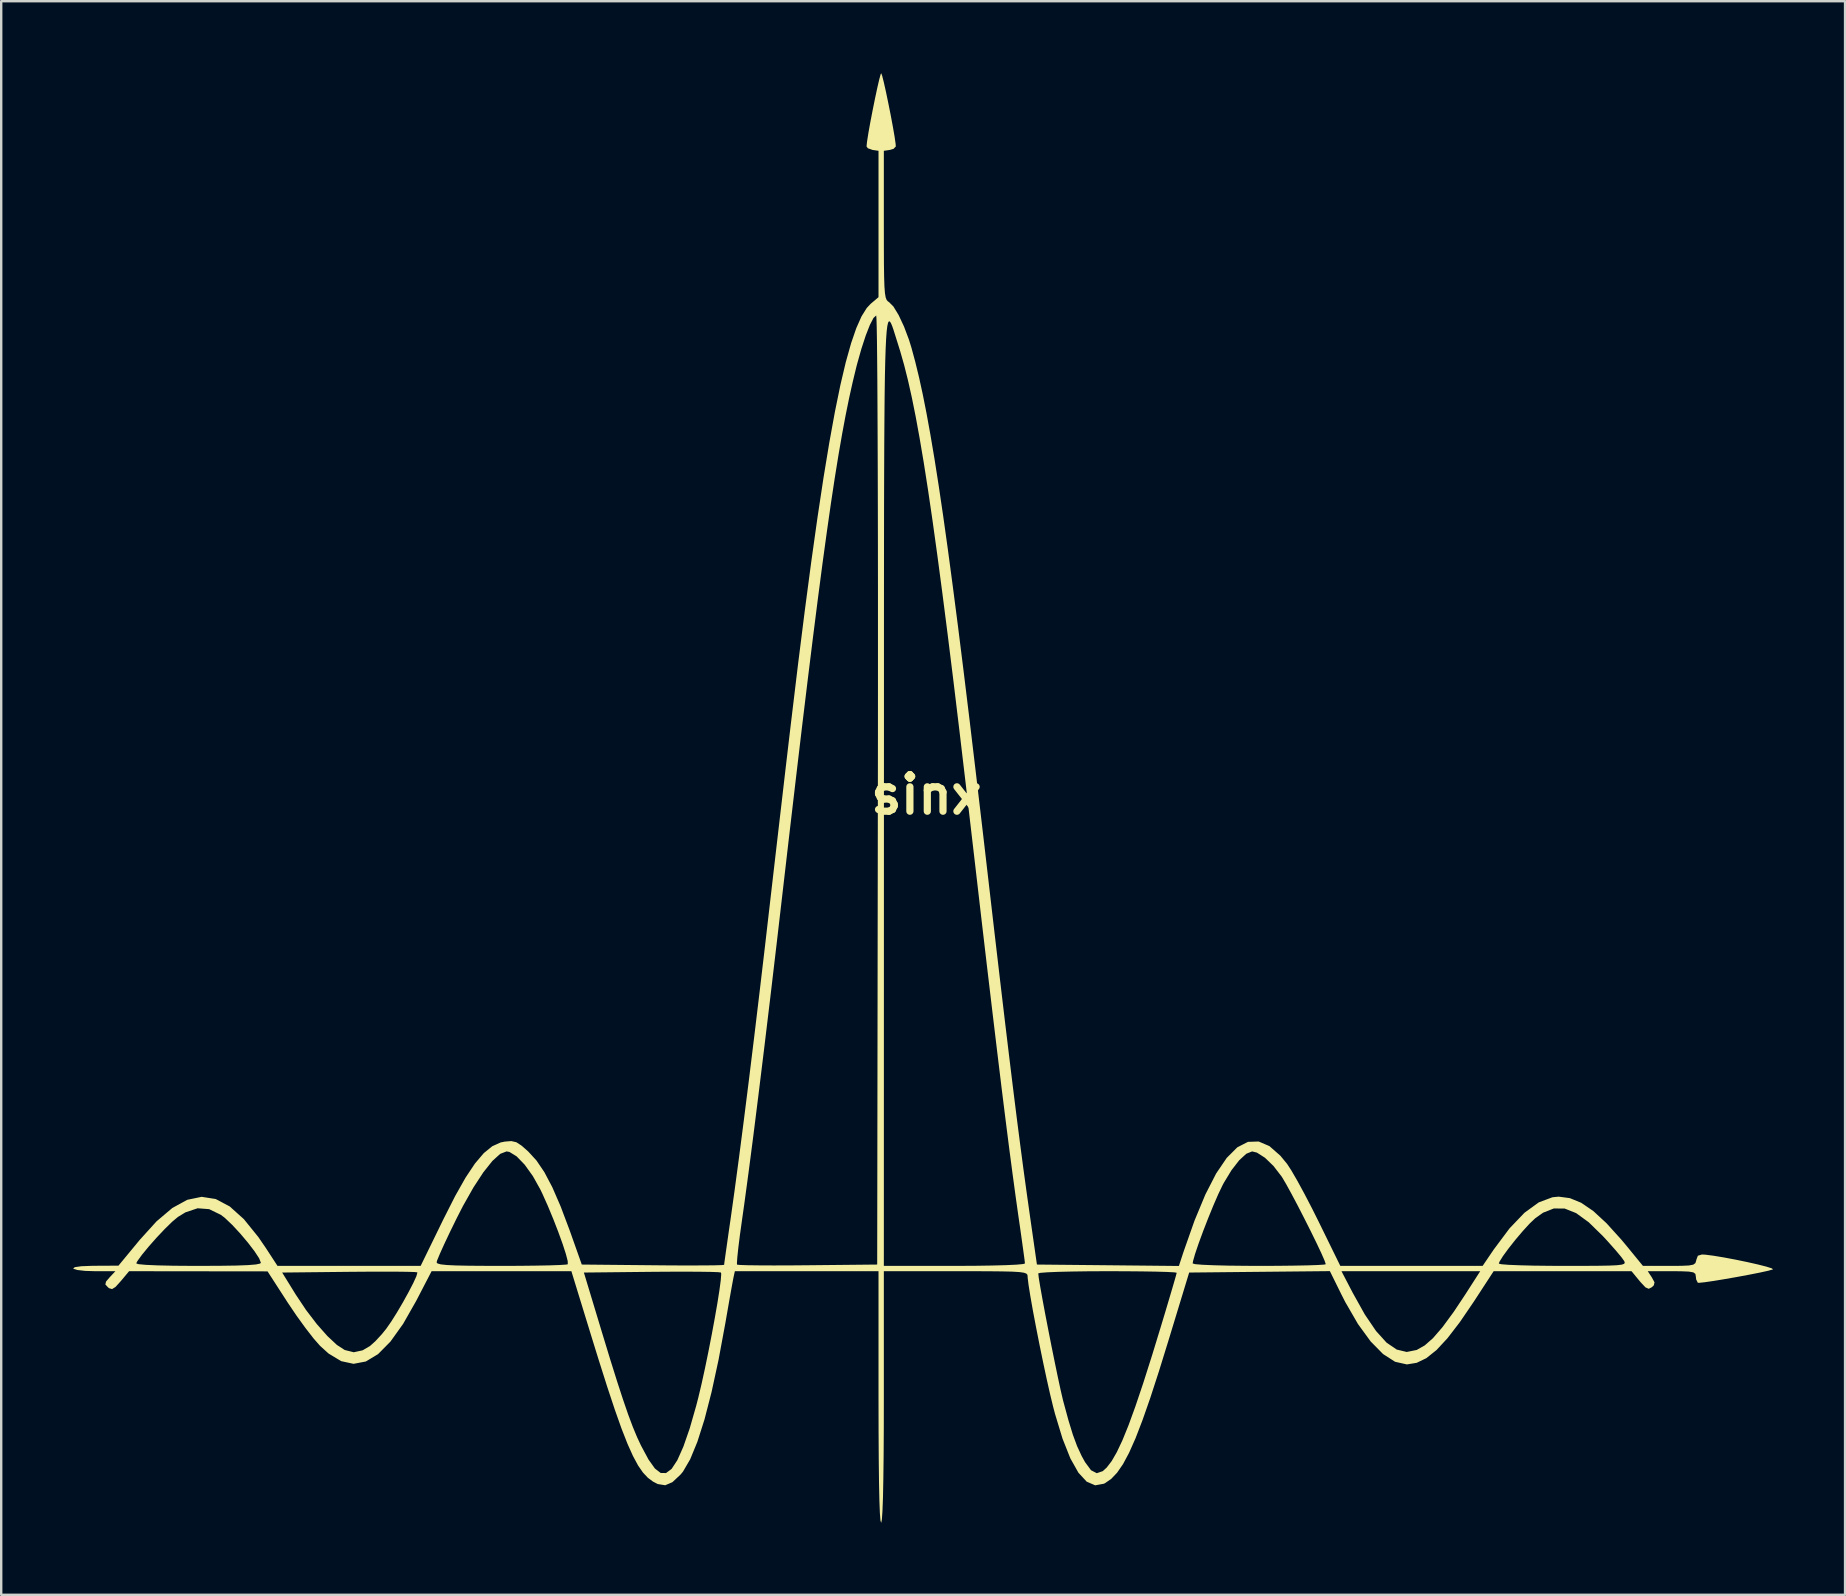
<source format=kicad_pcb>
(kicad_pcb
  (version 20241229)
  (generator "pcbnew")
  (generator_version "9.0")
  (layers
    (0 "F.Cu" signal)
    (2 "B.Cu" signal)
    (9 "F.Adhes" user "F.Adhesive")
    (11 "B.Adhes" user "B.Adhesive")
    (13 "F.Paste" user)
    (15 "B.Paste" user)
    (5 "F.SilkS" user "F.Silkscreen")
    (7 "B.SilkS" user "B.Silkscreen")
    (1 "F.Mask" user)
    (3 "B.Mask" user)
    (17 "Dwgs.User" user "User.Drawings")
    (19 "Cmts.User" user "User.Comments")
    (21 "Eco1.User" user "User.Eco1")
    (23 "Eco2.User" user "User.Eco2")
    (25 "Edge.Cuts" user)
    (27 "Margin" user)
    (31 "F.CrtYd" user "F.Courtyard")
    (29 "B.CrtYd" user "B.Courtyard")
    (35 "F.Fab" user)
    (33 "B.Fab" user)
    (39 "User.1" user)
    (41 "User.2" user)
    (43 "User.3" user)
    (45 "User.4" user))
  (footprint "sinx"
    (layer "F.Cu")
    (at 35.549 30.059)
    (property "Reference" "sinx" (at 0 0 0) (layer "F.SilkS") (effects (font (size 1.524 1.524) (thickness 0.3))))
    (attr through_hole)
    (fp_poly (pts (xy -1.846 -29.957) (xy -1.777 -29.685) (xy -1.688 -29.289) (xy -1.59 -28.817) (xy -1.49 -28.317) (xy -1.4 -27.836) (xy -1.328 -27.422) (xy -1.285 -27.121) (xy -1.276 -27.008) (xy -1.37 -26.908) (xy -1.525 -26.862) (xy -1.775 -26.826) (xy -1.775 -23.732) (xy -1.774 -22.822) (xy -1.771 -22.108) (xy -1.763 -21.566) (xy -1.75 -21.171) (xy -1.729 -20.897) (xy -1.699 -20.719) (xy -1.658 -20.612) (xy -1.605 -20.552) (xy -1.561 -20.524) (xy -1.375 -20.337) (xy -1.158 -19.981) (xy -0.934 -19.502) (xy -0.726 -18.949) (xy -0.625 -18.622) (xy -0.468 -18.042) (xy -0.311 -17.399) (xy -0.154 -16.681) (xy 0.005 -15.879) (xy 0.168 -14.982) (xy 0.337 -13.979) (xy 0.513 -12.86) (xy 0.697 -11.613) (xy 0.891 -10.229) (xy 1.096 -8.697) (xy 1.315 -7.007) (xy 1.548 -5.146) (xy 1.797 -3.106) (xy 2.063 -0.875) (xy 2.349 1.557) (xy 2.606 3.771) (xy 2.844 5.823) (xy 3.061 7.674) (xy 3.258 9.341) (xy 3.439 10.845) (xy 3.605 12.204) (xy 3.759 13.437) (xy 3.904 14.563) (xy 4.041 15.601) (xy 4.174 16.569) (xy 4.301 17.469) (xy 4.603 19.577) (xy 7.561 19.606) (xy 10.518 19.636) (xy 10.552 19.532) (xy 11.092 19.532) (xy 11.198 19.561) (xy 11.5 19.586) (xy 11.97 19.606) (xy 12.583 19.622) (xy 13.31 19.63) (xy 13.865 19.632) (xy 14.623 19.63) (xy 15.302 19.622) (xy 15.872 19.611) (xy 16.304 19.596) (xy 16.567 19.579) (xy 16.638 19.563) (xy 16.588 19.414) (xy 16.455 19.108) (xy 16.256 18.687) (xy 16.012 18.189) (xy 15.743 17.655) (xy 15.47 17.123) (xy 15.211 16.634) (xy 14.988 16.228) (xy 14.82 15.943) (xy 14.799 15.911) (xy 14.46 15.471) (xy 14.102 15.126) (xy 13.769 14.913) (xy 13.568 14.863) (xy 13.326 14.961) (xy 13.03 15.233) (xy 12.708 15.648) (xy 12.389 16.174) (xy 12.335 16.276) (xy 12.159 16.644) (xy 11.953 17.118) (xy 11.736 17.651) (xy 11.524 18.196) (xy 11.337 18.706) (xy 11.192 19.135) (xy 11.107 19.434) (xy 11.092 19.532) (xy 10.552 19.532) (xy 10.709 19.052) (xy 11.17 17.744) (xy 11.622 16.656) (xy 12.069 15.785) (xy 12.512 15.132) (xy 12.953 14.692) (xy 13.396 14.465) (xy 13.841 14.45) (xy 14.291 14.643) (xy 14.747 15.044) (xy 15.028 15.386) (xy 15.206 15.66) (xy 15.455 16.09) (xy 15.75 16.632) (xy 16.067 17.242) (xy 16.333 17.774) (xy 17.243 19.632) (xy 23.173 19.632) (xy 23.237 19.538) (xy 23.847 19.538) (xy 23.953 19.564) (xy 24.25 19.588) (xy 24.709 19.607) (xy 25.299 19.622) (xy 25.989 19.63) (xy 26.513 19.632) (xy 27.348 19.632) (xy 27.986 19.628) (xy 28.452 19.62) (xy 28.771 19.605) (xy 28.968 19.581) (xy 29.068 19.547) (xy 29.095 19.5) (xy 29.075 19.438) (xy 29.069 19.427) (xy 28.949 19.261) (xy 28.714 18.98) (xy 28.403 18.63) (xy 28.186 18.394) (xy 27.593 17.815) (xy 27.069 17.434) (xy 26.592 17.244) (xy 26.14 17.24) (xy 25.692 17.416) (xy 25.363 17.65) (xy 25.132 17.869) (xy 24.845 18.183) (xy 24.539 18.544) (xy 24.251 18.908) (xy 24.017 19.229) (xy 23.874 19.46) (xy 23.847 19.538) (xy 23.237 19.538) (xy 23.644 18.939) (xy 24.295 18.068) (xy 24.918 17.417) (xy 25.513 16.986) (xy 26.082 16.773) (xy 26.342 16.748) (xy 26.808 16.81) (xy 27.281 17.004) (xy 27.782 17.346) (xy 28.331 17.852) (xy 28.95 18.536) (xy 29.194 18.828) (xy 29.851 19.632) (xy 30.945 19.632) (xy 31.446 19.63) (xy 31.766 19.616) (xy 31.949 19.581) (xy 32.037 19.516) (xy 32.071 19.411) (xy 32.075 19.383) (xy 32.14 19.209) (xy 32.311 19.158) (xy 32.457 19.166) (xy 32.805 19.211) (xy 33.242 19.284) (xy 33.724 19.375) (xy 34.206 19.475) (xy 34.646 19.575) (xy 35 19.665) (xy 35.223 19.736) (xy 35.273 19.778) (xy 35.272 19.778) (xy 35.075 19.834) (xy 34.726 19.911) (xy 34.276 20) (xy 33.771 20.094) (xy 33.262 20.183) (xy 32.796 20.26) (xy 32.422 20.314) (xy 32.189 20.338) (xy 32.138 20.335) (xy 32.069 20.196) (xy 32.055 20.069) (xy 32.037 19.967) (xy 31.954 19.904) (xy 31.765 19.87) (xy 31.428 19.856) (xy 31.054 19.854) (xy 30.053 19.854) (xy 30.225 20.116) (xy 30.334 20.317) (xy 30.306 20.442) (xy 30.222 20.522) (xy 30.095 20.587) (xy 29.959 20.529) (xy 29.762 20.32) (xy 29.712 20.261) (xy 29.377 19.854) (xy 23.632 19.854) (xy 22.811 21.114) (xy 22.226 21.973) (xy 21.711 22.643) (xy 21.251 23.139) (xy 20.828 23.477) (xy 20.426 23.671) (xy 20.029 23.736) (xy 20.007 23.736) (xy 19.527 23.628) (xy 19.025 23.306) (xy 18.507 22.78) (xy 17.98 22.056) (xy 17.451 21.142) (xy 17.289 20.823) (xy 16.81 19.854) (xy 17.292 19.854) (xy 17.762 20.757) (xy 18.264 21.656) (xy 18.731 22.345) (xy 19.171 22.831) (xy 19.594 23.119) (xy 20.01 23.219) (xy 20.427 23.135) (xy 20.759 22.947) (xy 21.103 22.645) (xy 21.502 22.183) (xy 21.969 21.547) (xy 22.449 20.825) (xy 23.072 19.854) (xy 17.292 19.854) (xy 16.81 19.854) (xy 16.808 19.851) (xy 13.877 19.88) (xy 10.946 19.91) (xy 10.088 22.728) (xy 9.684 24.032) (xy 9.325 25.136) (xy 9.003 26.057) (xy 8.712 26.813) (xy 8.443 27.419) (xy 8.189 27.893) (xy 7.943 28.25) (xy 7.697 28.508) (xy 7.444 28.683) (xy 7.395 28.708) (xy 7.03 28.775) (xy 6.676 28.622) (xy 6.331 28.248) (xy 5.996 27.652) (xy 5.671 26.834) (xy 5.356 25.796) (xy 5.281 25.511) (xy 5.153 24.982) (xy 5.009 24.344) (xy 4.858 23.636) (xy 4.707 22.899) (xy 4.563 22.169) (xy 4.434 21.488) (xy 4.329 20.893) (xy 4.254 20.424) (xy 4.217 20.12) (xy 4.215 20.065) (xy 4.206 20.002) (xy 4.161 19.953) (xy 4.137 19.944) (xy 4.659 19.944) (xy 4.68 20.131) (xy 4.74 20.496) (xy 4.83 21.001) (xy 4.943 21.607) (xy 5.072 22.275) (xy 5.208 22.966) (xy 5.345 23.641) (xy 5.474 24.263) (xy 5.588 24.792) (xy 5.68 25.189) (xy 5.706 25.291) (xy 5.916 26.064) (xy 6.101 26.668) (xy 6.279 27.148) (xy 6.467 27.553) (xy 6.608 27.809) (xy 6.858 28.147) (xy 7.097 28.27) (xy 7.347 28.184) (xy 7.511 28.034) (xy 7.716 27.767) (xy 7.932 27.393) (xy 8.166 26.897) (xy 8.423 26.264) (xy 8.709 25.477) (xy 9.031 24.521) (xy 9.394 23.38) (xy 9.766 22.164) (xy 9.965 21.505) (xy 10.139 20.919) (xy 10.281 20.439) (xy 10.379 20.099) (xy 10.424 19.93) (xy 10.426 19.918) (xy 10.32 19.901) (xy 10.021 19.885) (xy 9.559 19.872) (xy 8.962 19.862) (xy 8.26 19.856) (xy 7.542 19.854) (xy 6.769 19.857) (xy 6.073 19.867) (xy 5.486 19.881) (xy 5.035 19.9) (xy 4.749 19.922) (xy 4.659 19.944) (xy 4.137 19.944) (xy 4.058 19.916) (xy 3.87 19.89) (xy 3.573 19.872) (xy 3.143 19.862) (xy 2.556 19.856) (xy 1.786 19.854) (xy 1.22 19.854) (xy -1.775 19.854) (xy -1.775 25.061) (xy -1.777 26.398) (xy -1.784 27.55) (xy -1.796 28.513) (xy -1.811 29.279) (xy -1.832 29.842) (xy -1.856 30.196) (xy -1.884 30.335) (xy -1.886 30.336) (xy -1.915 30.245) (xy -1.94 29.933) (xy -1.96 29.403) (xy -1.976 28.655) (xy -1.987 27.691) (xy -1.994 26.513) (xy -1.997 25.129) (xy -1.997 19.854) (xy -7.982 19.854) (xy -8.037 20.104) (xy -8.074 20.298) (xy -8.141 20.665) (xy -8.229 21.161) (xy -8.33 21.738) (xy -8.378 22.017) (xy -8.662 23.548) (xy -8.952 24.886) (xy -9.246 26.026) (xy -9.544 26.962) (xy -9.843 27.689) (xy -10.142 28.202) (xy -10.243 28.325) (xy -10.584 28.644) (xy -10.884 28.772) (xy -11.194 28.722) (xy -11.392 28.62) (xy -11.605 28.462) (xy -11.81 28.244) (xy -12.015 27.947) (xy -12.227 27.554) (xy -12.454 27.048) (xy -12.704 26.411) (xy -12.983 25.624) (xy -13.299 24.672) (xy -13.66 23.535) (xy -13.95 22.599) (xy -14.776 19.91) (xy -14.272 19.91) (xy -13.518 22.405) (xy -13.179 23.518) (xy -12.889 24.442) (xy -12.641 25.203) (xy -12.426 25.827) (xy -12.234 26.34) (xy -12.057 26.766) (xy -11.892 27.119) (xy -11.581 27.698) (xy -11.313 28.075) (xy -11.074 28.26) (xy -10.85 28.264) (xy -10.626 28.098) (xy -10.614 28.086) (xy -10.378 27.727) (xy -10.126 27.161) (xy -9.862 26.4) (xy -9.592 25.458) (xy -9.503 25.113) (xy -9.369 24.548) (xy -9.227 23.901) (xy -9.084 23.206) (xy -8.946 22.498) (xy -8.819 21.811) (xy -8.709 21.181) (xy -8.624 20.641) (xy -8.569 20.227) (xy -8.55 19.972) (xy -8.56 19.909) (xy -8.682 19.894) (xy -8.996 19.883) (xy -9.471 19.876) (xy -10.078 19.873) (xy -10.785 19.875) (xy -11.445 19.88) (xy -14.272 19.91) (xy -14.776 19.91) (xy -14.793 19.854) (xy -20.617 19.854) (xy -21.261 21.095) (xy -21.805 22.051) (xy -22.332 22.787) (xy -22.848 23.309) (xy -23.358 23.616) (xy -23.868 23.713) (xy -24.383 23.602) (xy -24.909 23.285) (xy -25.263 22.965) (xy -25.531 22.66) (xy -25.871 22.222) (xy -26.242 21.709) (xy -26.602 21.177) (xy -26.625 21.141) (xy -27.42 19.91) (xy -26.843 19.91) (xy -26.275 20.83) (xy -25.849 21.469) (xy -25.401 22.055) (xy -24.961 22.553) (xy -24.562 22.926) (xy -24.237 23.137) (xy -23.858 23.231) (xy -23.49 23.15) (xy -23.182 22.969) (xy -22.959 22.77) (xy -22.683 22.47) (xy -22.507 22.252) (xy -22.298 21.952) (xy -22.056 21.567) (xy -21.806 21.141) (xy -21.572 20.717) (xy -21.378 20.342) (xy -21.249 20.058) (xy -21.209 19.909) (xy -21.213 19.901) (xy -21.333 19.888) (xy -21.644 19.879) (xy -22.117 19.873) (xy -22.721 19.872) (xy -23.425 19.875) (xy -24.053 19.88) (xy -26.843 19.91) (xy -27.42 19.91) (xy -27.452 19.861) (xy -33.22 19.854) (xy -33.566 20.267) (xy -33.785 20.509) (xy -33.929 20.599) (xy -34.052 20.563) (xy -34.097 20.528) (xy -34.209 20.407) (xy -34.181 20.284) (xy -34.036 20.115) (xy -33.791 19.854) (xy -34.636 19.854) (xy -35.048 19.841) (xy -35.369 19.805) (xy -35.539 19.753) (xy -35.549 19.743) (xy -35.482 19.686) (xy -35.209 19.647) (xy -34.745 19.629) (xy -34.64 19.628) (xy -33.663 19.623) (xy -33.584 19.527) (xy -32.924 19.527) (xy -32.829 19.561) (xy -32.529 19.589) (xy -32.041 19.611) (xy -31.383 19.626) (xy -30.57 19.632) (xy -30.345 19.632) (xy -29.452 19.629) (xy -28.763 19.619) (xy -28.264 19.6) (xy -27.937 19.573) (xy -27.765 19.537) (xy -27.729 19.503) (xy -27.802 19.317) (xy -27.996 19.021) (xy -28.273 18.66) (xy -28.595 18.279) (xy -28.925 17.923) (xy -29.226 17.638) (xy -29.393 17.508) (xy -29.885 17.269) (xy -30.365 17.232) (xy -30.869 17.4) (xy -31.189 17.595) (xy -31.423 17.791) (xy -31.733 18.094) (xy -32.075 18.456) (xy -32.407 18.832) (xy -32.688 19.174) (xy -32.876 19.434) (xy -32.924 19.527) (xy -33.584 19.527) (xy -32.775 18.547) (xy -32.076 17.776) (xy -31.419 17.22) (xy -30.796 16.879) (xy -30.197 16.755) (xy -29.611 16.847) (xy -29.028 17.156) (xy -28.44 17.684) (xy -27.836 18.43) (xy -27.519 18.893) (xy -27.038 19.632) (xy -21.073 19.632) (xy -21.001 19.485) (xy -20.409 19.485) (xy -20.369 19.532) (xy -20.237 19.569) (xy -19.987 19.596) (xy -19.6 19.615) (xy -19.05 19.626) (xy -18.317 19.631) (xy -17.71 19.632) (xy -1.775 19.632) (xy 1.165 19.632) (xy 1.99 19.629) (xy 2.715 19.618) (xy 3.313 19.602) (xy 3.76 19.581) (xy 4.031 19.555) (xy 4.104 19.532) (xy 4.089 19.393) (xy 4.046 19.074) (xy 3.982 18.611) (xy 3.902 18.044) (xy 3.832 17.563) (xy 3.716 16.74) (xy 3.589 15.804) (xy 3.449 14.744) (xy 3.297 13.546) (xy 3.129 12.201) (xy 2.946 10.696) (xy 2.745 9.02) (xy 2.524 7.162) (xy 2.283 5.109) (xy 2.021 2.85) (xy 1.941 2.163) (xy 1.648 -0.352) (xy 1.375 -2.658) (xy 1.121 -4.764) (xy 0.883 -6.682) (xy 0.66 -8.423) (xy 0.451 -9.997) (xy 0.254 -11.416) (xy 0.067 -12.69) (xy -0.111 -13.83) (xy -0.283 -14.847) (xy -0.448 -15.751) (xy -0.61 -16.554) (xy -0.77 -17.267) (xy -0.929 -17.9) (xy -1.09 -18.464) (xy -1.175 -18.739) (xy -1.248 -18.97) (xy -1.315 -19.184) (xy -1.375 -19.375) (xy -1.43 -19.532) (xy -1.48 -19.648) (xy -1.525 -19.714) (xy -1.564 -19.721) (xy -1.599 -19.661) (xy -1.63 -19.524) (xy -1.657 -19.303) (xy -1.68 -18.988) (xy -1.7 -18.572) (xy -1.717 -18.045) (xy -1.731 -17.398) (xy -1.742 -16.624) (xy -1.75 -15.714) (xy -1.757 -14.658) (xy -1.762 -13.448) (xy -1.766 -12.076) (xy -1.768 -10.533) (xy -1.769 -8.81) (xy -1.77 -6.899) (xy -1.77 -4.791) (xy -1.77 -2.478) (xy -1.771 -0.25) (xy -1.775 19.632) (xy -17.71 19.632) (xy -16.958 19.63) (xy -16.281 19.622) (xy -15.71 19.611) (xy -15.277 19.596) (xy -15.012 19.578) (xy -14.943 19.565) (xy -14.946 19.431) (xy -15.023 19.134) (xy -15.159 18.715) (xy -15.34 18.215) (xy -15.55 17.674) (xy -15.775 17.132) (xy -15.999 16.631) (xy -16.083 16.455) (xy -16.4 15.888) (xy -16.74 15.415) (xy -17.074 15.07) (xy -17.374 14.885) (xy -17.494 14.863) (xy -17.758 14.965) (xy -18.084 15.26) (xy -18.46 15.732) (xy -18.874 16.365) (xy -19.313 17.142) (xy -19.573 17.651) (xy -19.85 18.217) (xy -20.088 18.72) (xy -20.27 19.124) (xy -20.382 19.393) (xy -20.409 19.485) (xy -21.001 19.485) (xy -20.127 17.693) (xy -19.638 16.727) (xy -19.203 15.957) (xy -18.808 15.364) (xy -18.441 14.933) (xy -18.089 14.647) (xy -17.738 14.489) (xy -17.564 14.454) (xy -17.295 14.433) (xy -17.087 14.48) (xy -16.866 14.624) (xy -16.592 14.866) (xy -16.248 15.241) (xy -15.917 15.73) (xy -15.587 16.357) (xy -15.243 17.149) (xy -14.873 18.13) (xy -14.831 18.246) (xy -14.36 19.577) (xy -11.395 19.606) (xy -10.61 19.613) (xy -9.903 19.615) (xy -9.303 19.613) (xy -8.838 19.609) (xy -8.537 19.6) (xy -8.43 19.589) (xy -8.43 19.589) (xy -8.422 19.527) (xy -7.896 19.527) (xy -7.89 19.581) (xy -7.768 19.594) (xy -7.455 19.605) (xy -6.98 19.611) (xy -6.372 19.614) (xy -5.662 19.612) (xy -4.943 19.606) (xy -2.052 19.577) (xy -2.024 -0.194) (xy -2.021 -2.402) (xy -2.02 -4.525) (xy -2.02 -6.553) (xy -2.02 -8.476) (xy -2.022 -10.286) (xy -2.025 -11.971) (xy -2.029 -13.522) (xy -2.034 -14.931) (xy -2.04 -16.186) (xy -2.046 -17.279) (xy -2.054 -18.199) (xy -2.062 -18.937) (xy -2.072 -19.484) (xy -2.082 -19.829) (xy -2.092 -19.964) (xy -2.093 -19.965) (xy -2.206 -19.862) (xy -2.355 -19.575) (xy -2.528 -19.134) (xy -2.711 -18.574) (xy -2.894 -17.924) (xy -2.925 -17.802) (xy -3.072 -17.194) (xy -3.218 -16.539) (xy -3.364 -15.824) (xy -3.511 -15.038) (xy -3.662 -14.169) (xy -3.818 -13.205) (xy -3.98 -12.135) (xy -4.15 -10.947) (xy -4.331 -9.629) (xy -4.522 -8.17) (xy -4.727 -6.557) (xy -4.947 -4.779) (xy -5.184 -2.825) (xy -5.438 -0.682) (xy -5.713 1.661) (xy -5.932 3.549) (xy -6.23 6.116) (xy -6.507 8.465) (xy -6.764 10.599) (xy -7 12.52) (xy -7.215 14.232) (xy -7.411 15.736) (xy -7.587 17.037) (xy -7.692 17.777) (xy -7.775 18.373) (xy -7.839 18.889) (xy -7.881 19.287) (xy -7.896 19.527) (xy -8.422 19.527) (xy -8.415 19.469) (xy -8.373 19.167) (xy -8.309 18.718) (xy -8.23 18.161) (xy -8.159 17.674) (xy -7.996 16.509) (xy -7.813 15.147) (xy -7.614 13.613) (xy -7.402 11.93) (xy -7.18 10.122) (xy -6.951 8.214) (xy -6.717 6.229) (xy -6.6 5.213) (xy -6.464 4.039) (xy -6.315 2.75) (xy -6.159 1.408) (xy -6.003 0.071) (xy -5.855 -1.201) (xy -5.72 -2.348) (xy -5.65 -2.939) (xy -5.353 -5.408) (xy -5.069 -7.663) (xy -4.798 -9.71) (xy -4.538 -11.557) (xy -4.288 -13.209) (xy -4.046 -14.675) (xy -3.812 -15.961) (xy -3.584 -17.073) (xy -3.361 -18.019) (xy -3.14 -18.806) (xy -2.922 -19.44) (xy -2.705 -19.928) (xy -2.487 -20.277) (xy -2.323 -20.452) (xy -1.997 -20.727) (xy -1.997 -26.826) (xy -2.246 -26.862) (xy -2.441 -26.932) (xy -2.496 -27.008) (xy -2.475 -27.208) (xy -2.421 -27.553) (xy -2.342 -27.995) (xy -2.247 -28.488) (xy -2.147 -28.984) (xy -2.051 -29.435) (xy -1.968 -29.794) (xy -1.908 -30.013) (xy -1.886 -30.059)) (stroke (width 0) (type solid)) (fill yes) (layer "F.SilkS")))
  (gr_rect
    (start -3 -3)
    (end 73.822 63.394)
    (stroke (width 0.1) (type default))
    (fill no)
    (layer "Edge.Cuts")))
</source>
